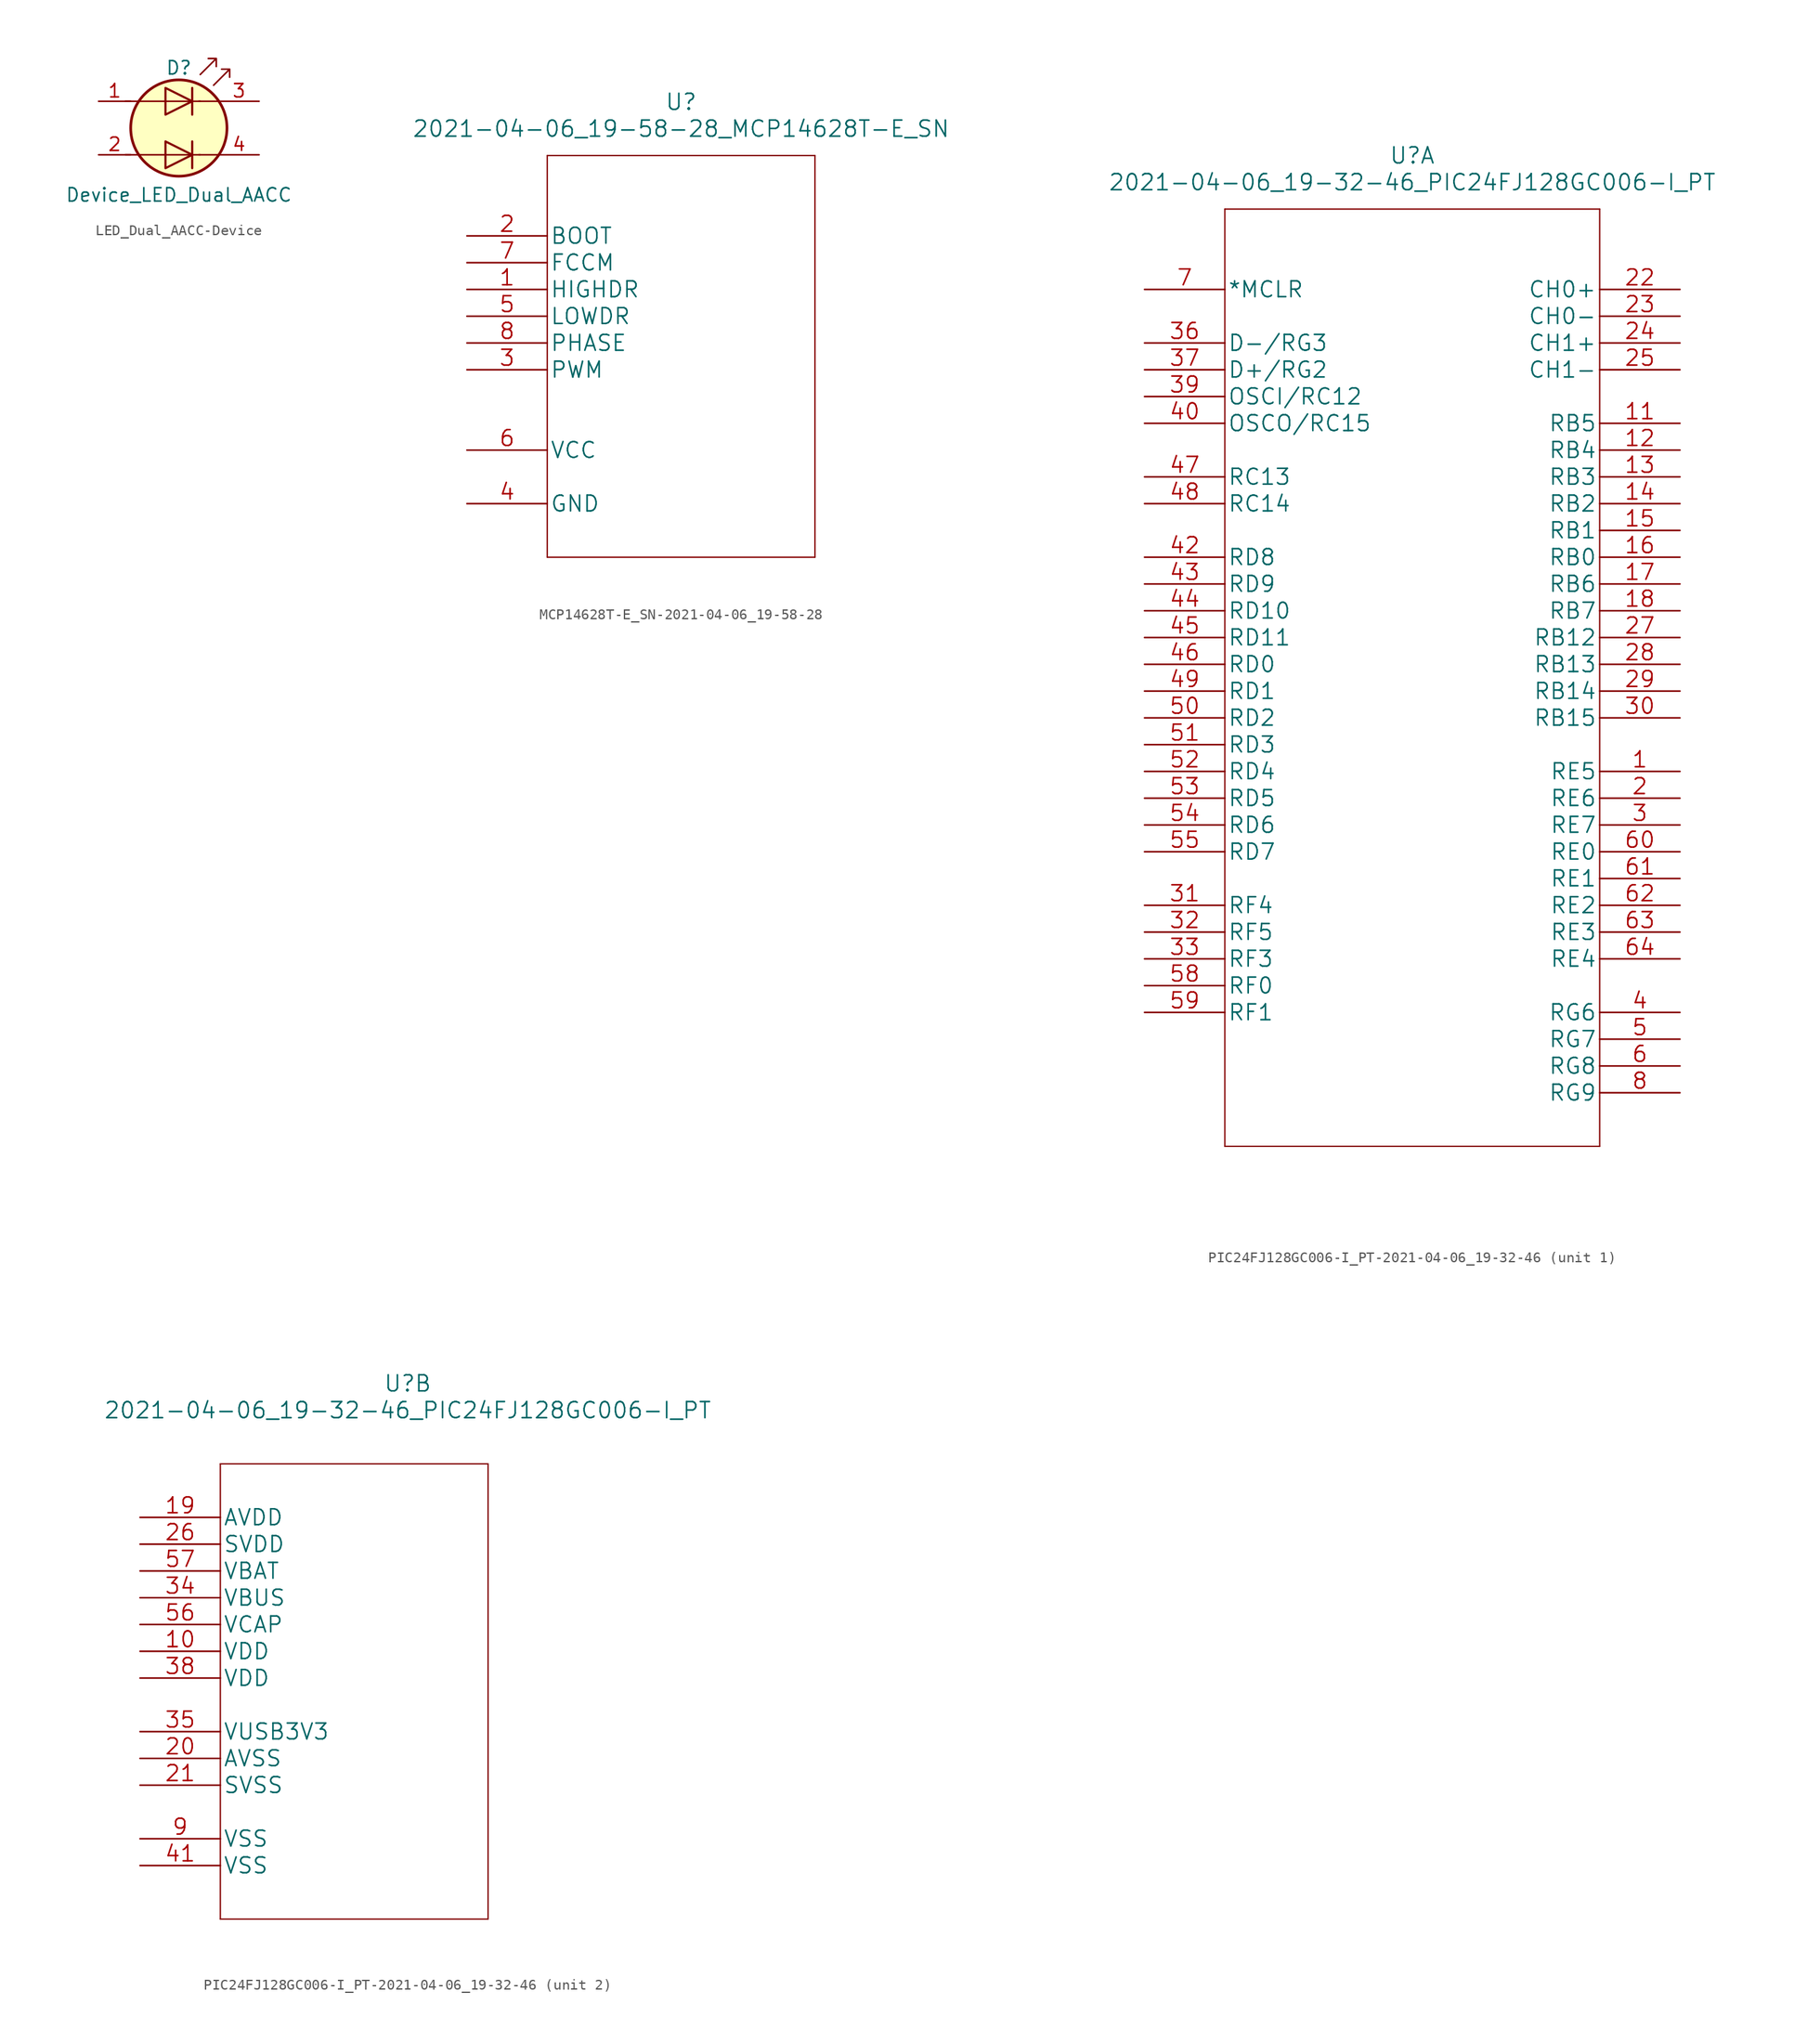
<source format=kicad_sym>
(kicad_symbol_lib
  (version 20220914)
  (generator kicad_symbol_editor)
  (symbol "LED_Dual_AACC-Device"
    (pin_names
      (offset 0) hide)
    (property "Reference" "D"
      (at 0 5.715 0)
      (effects (font (size 1.27 1.27))))
    (property "Value" "Device_LED_Dual_AACC"
      (at 0 -6.35 0)
      (effects (font (size 1.27 1.27))))
    (symbol "LED_Dual_AACC-Device_0_1"
      (polyline (pts (xy -5.08 -2.54) (xy 2.032 -2.54)) (stroke (width 0) (type solid)) (fill (type none)))
      (polyline (pts (xy -5.08 2.54) (xy 2.032 2.54)) (stroke (width 0) (type solid)) (fill (type none)))
      (polyline (pts (xy 1.27 -1.27) (xy 1.27 -3.81)) (stroke (width 0.203) (type solid)) (fill (type none)))
      (polyline (pts (xy 1.27 3.81) (xy 1.27 1.27)) (stroke (width 0.203) (type solid)) (fill (type none)))
      (polyline (pts (xy 3.81 -2.54) (xy 1.905 -2.54)) (stroke (width 0) (type solid)) (fill (type none)))
      (polyline (pts (xy 3.81 2.54) (xy 1.905 2.54)) (stroke (width 0) (type solid)) (fill (type none)))
      (polyline (pts (xy -1.27 -1.27) (xy -1.27 -3.81) (xy 1.27 -2.54) (xy -1.27 -1.27)) (stroke (width 0.203) (type solid)) (fill (type none)))
      (polyline (pts (xy -1.27 3.81) (xy -1.27 1.27) (xy 1.27 2.54) (xy -1.27 3.81)) (stroke (width 0.203) (type solid)) (fill (type none)))
      (polyline (pts (xy 2.032 5.08) (xy 3.556 6.604) (xy 2.794 6.604) (xy 3.556 6.604) (xy 3.556 5.842)) (stroke (width 0) (type solid)) (fill (type none)))
      (polyline (pts (xy 3.302 4.064) (xy 4.826 5.588) (xy 4.064 5.588) (xy 4.826 5.588) (xy 4.826 4.826)) (stroke (width 0) (type solid)) (fill (type none)))
      (circle (center 0 0) (radius 4.572) (stroke (width 0.254) (type solid)) (fill (type background))))
    (symbol "LED_Dual_AACC-Device_1_1"
      (pin input line (at -7.62 2.54 0) (length 3.048) (name "A1" (effects (font (size 1.27 1.27)))) (number "1" (effects (font (size 1.27 1.27)))))
      (pin input line (at -7.62 -2.54 0) (length 3.048) (name "A2" (effects (font (size 1.27 1.27)))) (number "2" (effects (font (size 1.27 1.27)))))
      (pin input line (at 7.62 2.54 180) (length 3.81) (name "K1" (effects (font (size 1.27 1.27)))) (number "3" (effects (font (size 1.27 1.27)))))
      (pin input line (at 7.62 -2.54 180) (length 3.81) (name "K2" (effects (font (size 1.27 1.27)))) (number "4" (effects (font (size 1.27 1.27)))))))
  (symbol "MCP14628T-E_SN-2021-04-06_19-58-28"
    (pin_names
      (offset 0.254))
    (property "Reference" "U"
      (at 20.32 12.7 0)
      (effects (font (size 1.524 1.524))))
    (property "Value" "2021-04-06_19-58-28_MCP14628T-E_SN"
      (at 20.32 10.16 0)
      (effects (font (size 1.524 1.524))))
    (property "Datasheet" ""
      (at 0 0 0)
      (effects (font (size 1.524 1.524))))
    (property "ki_locked" ""
      (at 0 0 0)
      (effects (font (size 1.27 1.27))))
    (symbol "MCP14628T-E_SN-2021-04-06_19-58-28_1_1"
      (polyline (pts (xy 7.62 -30.48) (xy 33.02 -30.48)) (stroke (width 0.127) (type solid)) (fill (type none)))
      (polyline (pts (xy 7.62 7.62) (xy 7.62 -30.48)) (stroke (width 0.127) (type solid)) (fill (type none)))
      (polyline (pts (xy 33.02 -30.48) (xy 33.02 7.62)) (stroke (width 0.127) (type solid)) (fill (type none)))
      (polyline (pts (xy 33.02 7.62) (xy 7.62 7.62)) (stroke (width 0.127) (type solid)) (fill (type none)))
      (pin unspecified line (at 0 -5.08 0) (length 7.62) (name "HIGHDR" (effects (font (size 1.499 1.499)))) (number "1" (effects (font (size 1.499 1.499)))))
      (pin unspecified line (at 0 0 0) (length 7.62) (name "BOOT" (effects (font (size 1.499 1.499)))) (number "2" (effects (font (size 1.499 1.499)))))
      (pin unspecified line (at 0 -12.7 0) (length 7.62) (name "PWM" (effects (font (size 1.499 1.499)))) (number "3" (effects (font (size 1.499 1.499)))))
      (pin unspecified line (at 0 -25.4 0) (length 7.62) (name "GND" (effects (font (size 1.499 1.499)))) (number "4" (effects (font (size 1.499 1.499)))))
      (pin unspecified line (at 0 -7.62 0) (length 7.62) (name "LOWDR" (effects (font (size 1.499 1.499)))) (number "5" (effects (font (size 1.499 1.499)))))
      (pin unspecified line (at 0 -20.32 0) (length 7.62) (name "VCC" (effects (font (size 1.499 1.499)))) (number "6" (effects (font (size 1.499 1.499)))))
      (pin unspecified line (at 0 -2.54 0) (length 7.62) (name "FCCM" (effects (font (size 1.499 1.499)))) (number "7" (effects (font (size 1.499 1.499)))))
      (pin unspecified line (at 0 -10.16 0) (length 7.62) (name "PHASE" (effects (font (size 1.499 1.499)))) (number "8" (effects (font (size 1.499 1.499)))))))
  (symbol "PIC24FJ128GC006-I_PT-2021-04-06_19-32-46"
    (pin_names
      (offset 0.254))
    (property "Reference" "U"
      (at 25.4 12.7 0)
      (effects (font (size 1.524 1.524))))
    (property "Value" "2021-04-06_19-32-46_PIC24FJ128GC006-I_PT"
      (at 25.4 10.16 0)
      (effects (font (size 1.524 1.524))))
    (property "Datasheet" ""
      (at 0 0 0)
      (effects (font (size 1.524 1.524))))
    (symbol "PIC24FJ128GC006-I_PT-2021-04-06_19-32-46_1_1"
      (polyline (pts (xy 7.62 -81.28) (xy 43.18 -81.28)) (stroke (width 0.127) (type solid)) (fill (type none)))
      (polyline (pts (xy 7.62 7.62) (xy 7.62 -81.28)) (stroke (width 0.127) (type solid)) (fill (type none)))
      (polyline (pts (xy 43.18 -81.28) (xy 43.18 7.62)) (stroke (width 0.127) (type solid)) (fill (type none)))
      (polyline (pts (xy 43.18 7.62) (xy 7.62 7.62)) (stroke (width 0.127) (type solid)) (fill (type none)))
      (pin bidirectional line (at 50.8 -45.72 180) (length 7.62) (name "RE5" (effects (font (size 1.499 1.499)))) (number "1" (effects (font (size 1.499 1.499)))))
      (pin bidirectional line (at 50.8 -12.7 180) (length 7.62) (name "RB5" (effects (font (size 1.499 1.499)))) (number "11" (effects (font (size 1.499 1.499)))))
      (pin bidirectional line (at 50.8 -15.24 180) (length 7.62) (name "RB4" (effects (font (size 1.499 1.499)))) (number "12" (effects (font (size 1.499 1.499)))))
      (pin bidirectional line (at 50.8 -17.78 180) (length 7.62) (name "RB3" (effects (font (size 1.499 1.499)))) (number "13" (effects (font (size 1.499 1.499)))))
      (pin bidirectional line (at 50.8 -20.32 180) (length 7.62) (name "RB2" (effects (font (size 1.499 1.499)))) (number "14" (effects (font (size 1.499 1.499)))))
      (pin bidirectional line (at 50.8 -22.86 180) (length 7.62) (name "RB1" (effects (font (size 1.499 1.499)))) (number "15" (effects (font (size 1.499 1.499)))))
      (pin bidirectional line (at 50.8 -25.4 180) (length 7.62) (name "RB0" (effects (font (size 1.499 1.499)))) (number "16" (effects (font (size 1.499 1.499)))))
      (pin bidirectional line (at 50.8 -27.94 180) (length 7.62) (name "RB6" (effects (font (size 1.499 1.499)))) (number "17" (effects (font (size 1.499 1.499)))))
      (pin bidirectional line (at 50.8 -30.48 180) (length 7.62) (name "RB7" (effects (font (size 1.499 1.499)))) (number "18" (effects (font (size 1.499 1.499)))))
      (pin bidirectional line (at 50.8 -48.26 180) (length 7.62) (name "RE6" (effects (font (size 1.499 1.499)))) (number "2" (effects (font (size 1.499 1.499)))))
      (pin bidirectional line (at 50.8 0 180) (length 7.62) (name "CH0+" (effects (font (size 1.499 1.499)))) (number "22" (effects (font (size 1.499 1.499)))))
      (pin bidirectional line (at 50.8 -2.54 180) (length 7.62) (name "CH0-" (effects (font (size 1.499 1.499)))) (number "23" (effects (font (size 1.499 1.499)))))
      (pin bidirectional line (at 50.8 -5.08 180) (length 7.62) (name "CH1+" (effects (font (size 1.499 1.499)))) (number "24" (effects (font (size 1.499 1.499)))))
      (pin bidirectional line (at 50.8 -7.62 180) (length 7.62) (name "CH1-" (effects (font (size 1.499 1.499)))) (number "25" (effects (font (size 1.499 1.499)))))
      (pin bidirectional line (at 50.8 -33.02 180) (length 7.62) (name "RB12" (effects (font (size 1.499 1.499)))) (number "27" (effects (font (size 1.499 1.499)))))
      (pin bidirectional line (at 50.8 -35.56 180) (length 7.62) (name "RB13" (effects (font (size 1.499 1.499)))) (number "28" (effects (font (size 1.499 1.499)))))
      (pin bidirectional line (at 50.8 -38.1 180) (length 7.62) (name "RB14" (effects (font (size 1.499 1.499)))) (number "29" (effects (font (size 1.499 1.499)))))
      (pin bidirectional line (at 50.8 -50.8 180) (length 7.62) (name "RE7" (effects (font (size 1.499 1.499)))) (number "3" (effects (font (size 1.499 1.499)))))
      (pin bidirectional line (at 50.8 -40.64 180) (length 7.62) (name "RB15" (effects (font (size 1.499 1.499)))) (number "30" (effects (font (size 1.499 1.499)))))
      (pin bidirectional line (at 0 -58.42 0) (length 7.62) (name "RF4" (effects (font (size 1.499 1.499)))) (number "31" (effects (font (size 1.499 1.499)))))
      (pin bidirectional line (at 0 -60.96 0) (length 7.62) (name "RF5" (effects (font (size 1.499 1.499)))) (number "32" (effects (font (size 1.499 1.499)))))
      (pin bidirectional line (at 0 -63.5 0) (length 7.62) (name "RF3" (effects (font (size 1.499 1.499)))) (number "33" (effects (font (size 1.499 1.499)))))
      (pin bidirectional line (at 0 -5.08 0) (length 7.62) (name "D-/RG3" (effects (font (size 1.499 1.499)))) (number "36" (effects (font (size 1.499 1.499)))))
      (pin bidirectional line (at 0 -7.62 0) (length 7.62) (name "D+/RG2" (effects (font (size 1.499 1.499)))) (number "37" (effects (font (size 1.499 1.499)))))
      (pin bidirectional line (at 0 -10.16 0) (length 7.62) (name "OSCI/RC12" (effects (font (size 1.499 1.499)))) (number "39" (effects (font (size 1.499 1.499)))))
      (pin bidirectional line (at 50.8 -68.58 180) (length 7.62) (name "RG6" (effects (font (size 1.499 1.499)))) (number "4" (effects (font (size 1.499 1.499)))))
      (pin bidirectional line (at 0 -12.7 0) (length 7.62) (name "OSCO/RC15" (effects (font (size 1.499 1.499)))) (number "40" (effects (font (size 1.499 1.499)))))
      (pin bidirectional line (at 0 -25.4 0) (length 7.62) (name "RD8" (effects (font (size 1.499 1.499)))) (number "42" (effects (font (size 1.499 1.499)))))
      (pin bidirectional line (at 0 -27.94 0) (length 7.62) (name "RD9" (effects (font (size 1.499 1.499)))) (number "43" (effects (font (size 1.499 1.499)))))
      (pin bidirectional line (at 0 -30.48 0) (length 7.62) (name "RD10" (effects (font (size 1.499 1.499)))) (number "44" (effects (font (size 1.499 1.499)))))
      (pin bidirectional line (at 0 -33.02 0) (length 7.62) (name "RD11" (effects (font (size 1.499 1.499)))) (number "45" (effects (font (size 1.499 1.499)))))
      (pin bidirectional line (at 0 -35.56 0) (length 7.62) (name "RD0" (effects (font (size 1.499 1.499)))) (number "46" (effects (font (size 1.499 1.499)))))
      (pin bidirectional line (at 0 -17.78 0) (length 7.62) (name "RC13" (effects (font (size 1.499 1.499)))) (number "47" (effects (font (size 1.499 1.499)))))
      (pin bidirectional line (at 0 -20.32 0) (length 7.62) (name "RC14" (effects (font (size 1.499 1.499)))) (number "48" (effects (font (size 1.499 1.499)))))
      (pin bidirectional line (at 0 -38.1 0) (length 7.62) (name "RD1" (effects (font (size 1.499 1.499)))) (number "49" (effects (font (size 1.499 1.499)))))
      (pin bidirectional line (at 50.8 -71.12 180) (length 7.62) (name "RG7" (effects (font (size 1.499 1.499)))) (number "5" (effects (font (size 1.499 1.499)))))
      (pin bidirectional line (at 0 -40.64 0) (length 7.62) (name "RD2" (effects (font (size 1.499 1.499)))) (number "50" (effects (font (size 1.499 1.499)))))
      (pin bidirectional line (at 0 -43.18 0) (length 7.62) (name "RD3" (effects (font (size 1.499 1.499)))) (number "51" (effects (font (size 1.499 1.499)))))
      (pin bidirectional line (at 0 -45.72 0) (length 7.62) (name "RD4" (effects (font (size 1.499 1.499)))) (number "52" (effects (font (size 1.499 1.499)))))
      (pin bidirectional line (at 0 -48.26 0) (length 7.62) (name "RD5" (effects (font (size 1.499 1.499)))) (number "53" (effects (font (size 1.499 1.499)))))
      (pin bidirectional line (at 0 -50.8 0) (length 7.62) (name "RD6" (effects (font (size 1.499 1.499)))) (number "54" (effects (font (size 1.499 1.499)))))
      (pin bidirectional line (at 0 -53.34 0) (length 7.62) (name "RD7" (effects (font (size 1.499 1.499)))) (number "55" (effects (font (size 1.499 1.499)))))
      (pin bidirectional line (at 0 -66.04 0) (length 7.62) (name "RF0" (effects (font (size 1.499 1.499)))) (number "58" (effects (font (size 1.499 1.499)))))
      (pin bidirectional line (at 0 -68.58 0) (length 7.62) (name "RF1" (effects (font (size 1.499 1.499)))) (number "59" (effects (font (size 1.499 1.499)))))
      (pin bidirectional line (at 50.8 -73.66 180) (length 7.62) (name "RG8" (effects (font (size 1.499 1.499)))) (number "6" (effects (font (size 1.499 1.499)))))
      (pin bidirectional line (at 50.8 -53.34 180) (length 7.62) (name "RE0" (effects (font (size 1.499 1.499)))) (number "60" (effects (font (size 1.499 1.499)))))
      (pin bidirectional line (at 50.8 -55.88 180) (length 7.62) (name "RE1" (effects (font (size 1.499 1.499)))) (number "61" (effects (font (size 1.499 1.499)))))
      (pin bidirectional line (at 50.8 -58.42 180) (length 7.62) (name "RE2" (effects (font (size 1.499 1.499)))) (number "62" (effects (font (size 1.499 1.499)))))
      (pin bidirectional line (at 50.8 -60.96 180) (length 7.62) (name "RE3" (effects (font (size 1.499 1.499)))) (number "63" (effects (font (size 1.499 1.499)))))
      (pin bidirectional line (at 50.8 -63.5 180) (length 7.62) (name "RE4" (effects (font (size 1.499 1.499)))) (number "64" (effects (font (size 1.499 1.499)))))
      (pin unspecified line (at 0 0 0) (length 7.62) (name "*MCLR" (effects (font (size 1.499 1.499)))) (number "7" (effects (font (size 1.499 1.499)))))
      (pin bidirectional line (at 50.8 -76.2 180) (length 7.62) (name "RG9" (effects (font (size 1.499 1.499)))) (number "8" (effects (font (size 1.499 1.499))))))
    (symbol "PIC24FJ128GC006-I_PT-2021-04-06_19-32-46_2_1"
      (polyline (pts (xy 7.62 -38.1) (xy 33.02 -38.1)) (stroke (width 0.127) (type solid)) (fill (type none)))
      (polyline (pts (xy 7.62 5.08) (xy 7.62 -38.1)) (stroke (width 0.127) (type solid)) (fill (type none)))
      (polyline (pts (xy 33.02 -38.1) (xy 33.02 5.08)) (stroke (width 0.127) (type solid)) (fill (type none)))
      (polyline (pts (xy 33.02 5.08) (xy 7.62 5.08)) (stroke (width 0.127) (type solid)) (fill (type none)))
      (pin power_in line (at 0 -12.7 0) (length 7.62) (name "VDD" (effects (font (size 1.499 1.499)))) (number "10" (effects (font (size 1.499 1.499)))))
      (pin power_in line (at 0 0 0) (length 7.62) (name "AVDD" (effects (font (size 1.499 1.499)))) (number "19" (effects (font (size 1.499 1.499)))))
      (pin power_in line (at 0 -22.86 0) (length 7.62) (name "AVSS" (effects (font (size 1.499 1.499)))) (number "20" (effects (font (size 1.499 1.499)))))
      (pin power_in line (at 0 -25.4 0) (length 7.62) (name "SVSS" (effects (font (size 1.499 1.499)))) (number "21" (effects (font (size 1.499 1.499)))))
      (pin power_in line (at 0 -2.54 0) (length 7.62) (name "SVDD" (effects (font (size 1.499 1.499)))) (number "26" (effects (font (size 1.499 1.499)))))
      (pin power_in line (at 0 -7.62 0) (length 7.62) (name "VBUS" (effects (font (size 1.499 1.499)))) (number "34" (effects (font (size 1.499 1.499)))))
      (pin power_in line (at 0 -20.32 0) (length 7.62) (name "VUSB3V3" (effects (font (size 1.499 1.499)))) (number "35" (effects (font (size 1.499 1.499)))))
      (pin power_in line (at 0 -15.24 0) (length 7.62) (name "VDD" (effects (font (size 1.499 1.499)))) (number "38" (effects (font (size 1.499 1.499)))))
      (pin power_in line (at 0 -33.02 0) (length 7.62) (name "VSS" (effects (font (size 1.499 1.499)))) (number "41" (effects (font (size 1.499 1.499)))))
      (pin power_in line (at 0 -10.16 0) (length 7.62) (name "VCAP" (effects (font (size 1.499 1.499)))) (number "56" (effects (font (size 1.499 1.499)))))
      (pin power_in line (at 0 -5.08 0) (length 7.62) (name "VBAT" (effects (font (size 1.499 1.499)))) (number "57" (effects (font (size 1.499 1.499)))))
      (pin power_in line (at 0 -30.48 0) (length 7.62) (name "VSS" (effects (font (size 1.499 1.499)))) (number "9" (effects (font (size 1.499 1.499))))))))
</source>
